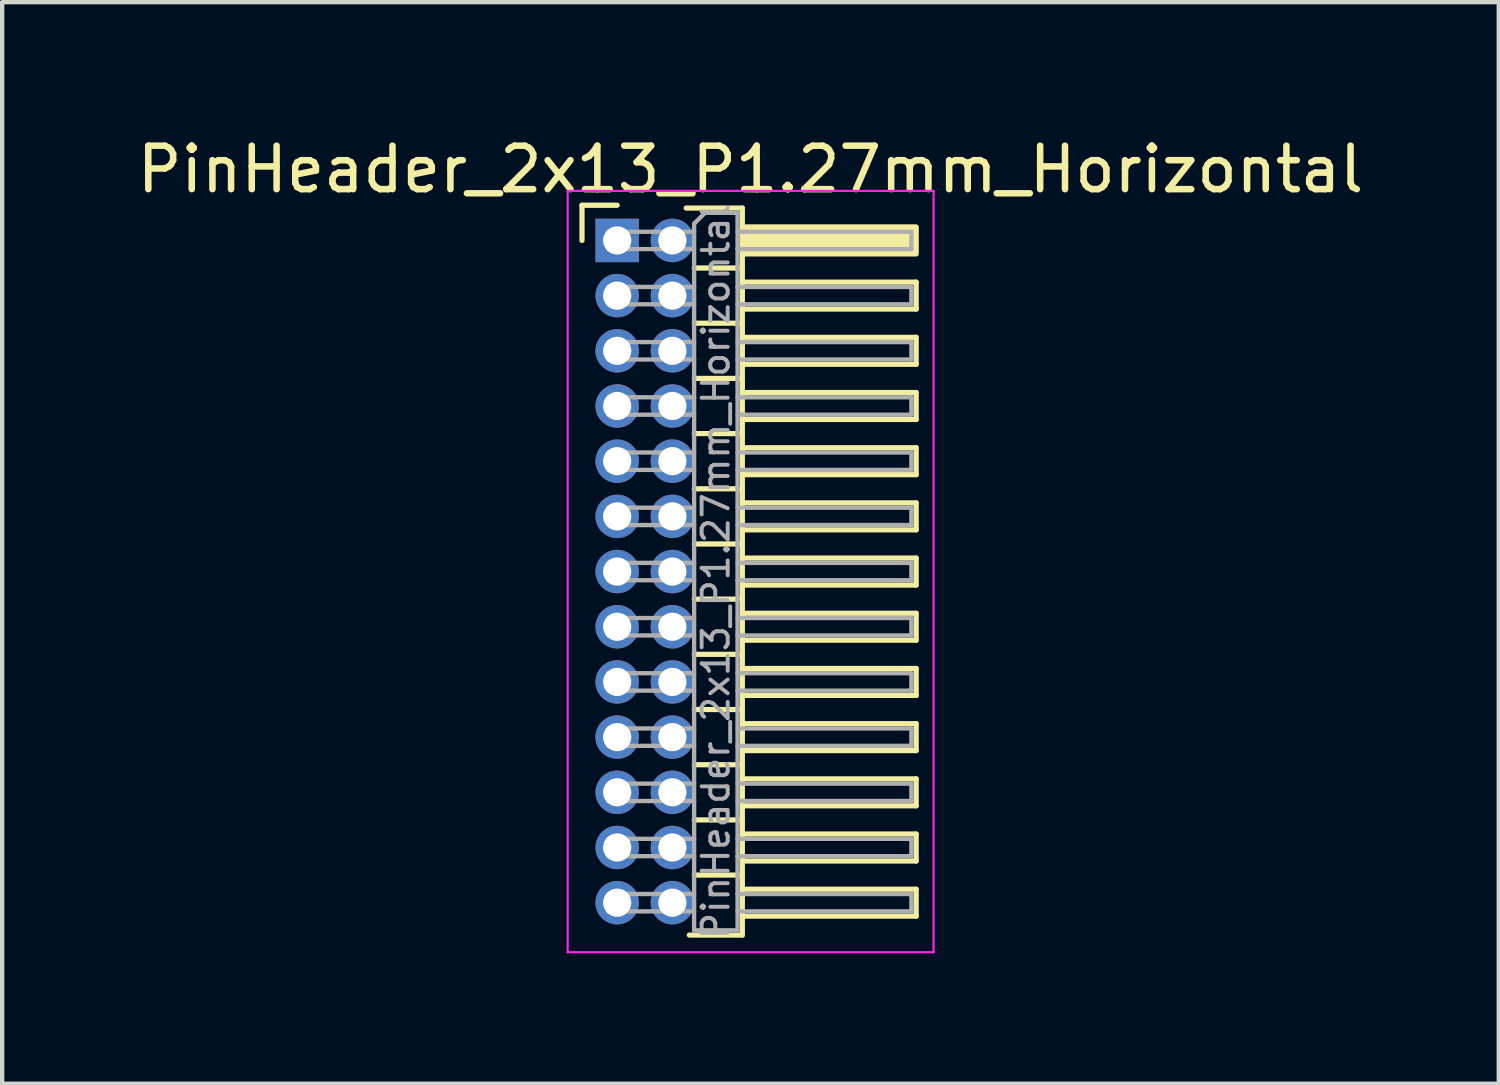
<source format=kicad_pcb>
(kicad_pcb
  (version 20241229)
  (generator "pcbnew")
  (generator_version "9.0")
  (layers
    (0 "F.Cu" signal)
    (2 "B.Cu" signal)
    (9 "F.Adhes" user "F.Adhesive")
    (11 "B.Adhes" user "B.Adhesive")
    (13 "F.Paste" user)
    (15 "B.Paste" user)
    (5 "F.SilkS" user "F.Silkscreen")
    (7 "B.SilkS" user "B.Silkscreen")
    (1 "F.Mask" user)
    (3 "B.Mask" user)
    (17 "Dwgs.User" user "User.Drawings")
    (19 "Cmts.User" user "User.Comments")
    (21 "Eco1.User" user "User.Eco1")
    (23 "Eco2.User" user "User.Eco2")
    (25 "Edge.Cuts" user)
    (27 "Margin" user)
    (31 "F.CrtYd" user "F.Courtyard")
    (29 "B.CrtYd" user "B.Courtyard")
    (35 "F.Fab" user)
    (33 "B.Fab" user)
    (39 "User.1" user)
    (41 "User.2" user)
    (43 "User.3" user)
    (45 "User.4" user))
  (footprint "PinHeader_2x13_P1.27mm_Horizontal"
    (layer "F.Cu")
    (at 11.153 2.483)
    (property "Reference" "PinHeader_2x13_P1.27mm_Horizontal" (at 3.067 -1.635 0) (layer "F.SilkS") (effects (font (size 1 1) (thickness 0.15))))
    (attr through_hole)
    (fp_line (start -0.81 -0.81) (end 0 -0.81) (stroke (width 0.12) (type solid)) (layer "F.SilkS"))
    (fp_line (start -0.81 0) (end -0.81 -0.81) (stroke (width 0.12) (type solid)) (layer "F.SilkS"))
    (fp_line (start 1.588 -0.745) (end 2.88 -0.745) (stroke (width 0.12) (type solid)) (layer "F.SilkS"))
    (fp_line (start 1.773 0.635) (end 2.88 0.635) (stroke (width 0.12) (type solid)) (layer "F.SilkS"))
    (fp_line (start 1.773 1.905) (end 2.88 1.905) (stroke (width 0.12) (type solid)) (layer "F.SilkS"))
    (fp_line (start 1.773 3.175) (end 2.88 3.175) (stroke (width 0.12) (type solid)) (layer "F.SilkS"))
    (fp_line (start 1.773 4.445) (end 2.88 4.445) (stroke (width 0.12) (type solid)) (layer "F.SilkS"))
    (fp_line (start 1.773 5.715) (end 2.88 5.715) (stroke (width 0.12) (type solid)) (layer "F.SilkS"))
    (fp_line (start 1.773 6.985) (end 2.88 6.985) (stroke (width 0.12) (type solid)) (layer "F.SilkS"))
    (fp_line (start 1.773 8.255) (end 2.88 8.255) (stroke (width 0.12) (type solid)) (layer "F.SilkS"))
    (fp_line (start 1.773 9.525) (end 2.88 9.525) (stroke (width 0.12) (type solid)) (layer "F.SilkS"))
    (fp_line (start 1.773 10.795) (end 2.88 10.795) (stroke (width 0.12) (type solid)) (layer "F.SilkS"))
    (fp_line (start 1.773 12.065) (end 2.88 12.065) (stroke (width 0.12) (type solid)) (layer "F.SilkS"))
    (fp_line (start 1.773 13.335) (end 2.88 13.335) (stroke (width 0.12) (type solid)) (layer "F.SilkS"))
    (fp_line (start 1.773 14.605) (end 2.88 14.605) (stroke (width 0.12) (type solid)) (layer "F.SilkS"))
    (fp_line (start 2.88 -0.745) (end 2.88 15.985) (stroke (width 0.12) (type solid)) (layer "F.SilkS"))
    (fp_line (start 2.88 0.96) (end 6.88 0.96) (stroke (width 0.12) (type solid)) (layer "F.SilkS"))
    (fp_line (start 2.88 2.23) (end 6.88 2.23) (stroke (width 0.12) (type solid)) (layer "F.SilkS"))
    (fp_line (start 2.88 3.5) (end 6.88 3.5) (stroke (width 0.12) (type solid)) (layer "F.SilkS"))
    (fp_line (start 2.88 4.77) (end 6.88 4.77) (stroke (width 0.12) (type solid)) (layer "F.SilkS"))
    (fp_line (start 2.88 6.04) (end 6.88 6.04) (stroke (width 0.12) (type solid)) (layer "F.SilkS"))
    (fp_line (start 2.88 7.31) (end 6.88 7.31) (stroke (width 0.12) (type solid)) (layer "F.SilkS"))
    (fp_line (start 2.88 8.58) (end 6.88 8.58) (stroke (width 0.12) (type solid)) (layer "F.SilkS"))
    (fp_line (start 2.88 9.85) (end 6.88 9.85) (stroke (width 0.12) (type solid)) (layer "F.SilkS"))
    (fp_line (start 2.88 11.12) (end 6.88 11.12) (stroke (width 0.12) (type solid)) (layer "F.SilkS"))
    (fp_line (start 2.88 12.39) (end 6.88 12.39) (stroke (width 0.12) (type solid)) (layer "F.SilkS"))
    (fp_line (start 2.88 13.66) (end 6.88 13.66) (stroke (width 0.12) (type solid)) (layer "F.SilkS"))
    (fp_line (start 2.88 14.93) (end 6.88 14.93) (stroke (width 0.12) (type solid)) (layer "F.SilkS"))
    (fp_line (start 2.88 15.985) (end 1.66 15.985) (stroke (width 0.12) (type solid)) (layer "F.SilkS"))
    (fp_line (start 6.88 0.96) (end 6.88 1.58) (stroke (width 0.12) (type solid)) (layer "F.SilkS"))
    (fp_line (start 6.88 1.58) (end 2.88 1.58) (stroke (width 0.12) (type solid)) (layer "F.SilkS"))
    (fp_line (start 6.88 2.23) (end 6.88 2.85) (stroke (width 0.12) (type solid)) (layer "F.SilkS"))
    (fp_line (start 6.88 2.85) (end 2.88 2.85) (stroke (width 0.12) (type solid)) (layer "F.SilkS"))
    (fp_line (start 6.88 3.5) (end 6.88 4.12) (stroke (width 0.12) (type solid)) (layer "F.SilkS"))
    (fp_line (start 6.88 4.12) (end 2.88 4.12) (stroke (width 0.12) (type solid)) (layer "F.SilkS"))
    (fp_line (start 6.88 4.77) (end 6.88 5.39) (stroke (width 0.12) (type solid)) (layer "F.SilkS"))
    (fp_line (start 6.88 5.39) (end 2.88 5.39) (stroke (width 0.12) (type solid)) (layer "F.SilkS"))
    (fp_line (start 6.88 6.04) (end 6.88 6.66) (stroke (width 0.12) (type solid)) (layer "F.SilkS"))
    (fp_line (start 6.88 6.66) (end 2.88 6.66) (stroke (width 0.12) (type solid)) (layer "F.SilkS"))
    (fp_line (start 6.88 7.31) (end 6.88 7.93) (stroke (width 0.12) (type solid)) (layer "F.SilkS"))
    (fp_line (start 6.88 7.93) (end 2.88 7.93) (stroke (width 0.12) (type solid)) (layer "F.SilkS"))
    (fp_line (start 6.88 8.58) (end 6.88 9.2) (stroke (width 0.12) (type solid)) (layer "F.SilkS"))
    (fp_line (start 6.88 9.2) (end 2.88 9.2) (stroke (width 0.12) (type solid)) (layer "F.SilkS"))
    (fp_line (start 6.88 9.85) (end 6.88 10.47) (stroke (width 0.12) (type solid)) (layer "F.SilkS"))
    (fp_line (start 6.88 10.47) (end 2.88 10.47) (stroke (width 0.12) (type solid)) (layer "F.SilkS"))
    (fp_line (start 6.88 11.12) (end 6.88 11.74) (stroke (width 0.12) (type solid)) (layer "F.SilkS"))
    (fp_line (start 6.88 11.74) (end 2.88 11.74) (stroke (width 0.12) (type solid)) (layer "F.SilkS"))
    (fp_line (start 6.88 12.39) (end 6.88 13.01) (stroke (width 0.12) (type solid)) (layer "F.SilkS"))
    (fp_line (start 6.88 13.01) (end 2.88 13.01) (stroke (width 0.12) (type solid)) (layer "F.SilkS"))
    (fp_line (start 6.88 13.66) (end 6.88 14.28) (stroke (width 0.12) (type solid)) (layer "F.SilkS"))
    (fp_line (start 6.88 14.28) (end 2.88 14.28) (stroke (width 0.12) (type solid)) (layer "F.SilkS"))
    (fp_line (start 6.88 14.93) (end 6.88 15.55) (stroke (width 0.12) (type solid)) (layer "F.SilkS"))
    (fp_line (start 6.88 15.55) (end 2.88 15.55) (stroke (width 0.12) (type solid)) (layer "F.SilkS"))
    (fp_rect (start 2.88 -0.31) (end 6.88 0.31) (stroke (width 0.12) (type solid)) (fill yes) (layer "F.SilkS"))
    (fp_line (start -1.14 -1.14) (end -1.14 16.38) (stroke (width 0.05) (type solid)) (layer "F.CrtYd"))
    (fp_line (start -1.14 16.38) (end 7.28 16.38) (stroke (width 0.05) (type solid)) (layer "F.CrtYd"))
    (fp_line (start 7.28 -1.14) (end -1.14 -1.14) (stroke (width 0.05) (type solid)) (layer "F.CrtYd"))
    (fp_line (start 7.28 16.38) (end 7.28 -1.14) (stroke (width 0.05) (type solid)) (layer "F.CrtYd"))
    (fp_line (start -0.2 -0.2) (end -0.2 0.2) (stroke (width 0.1) (type solid)) (layer "F.Fab"))
    (fp_line (start -0.2 -0.2) (end 1.77 -0.2) (stroke (width 0.1) (type solid)) (layer "F.Fab"))
    (fp_line (start -0.2 0.2) (end 1.77 0.2) (stroke (width 0.1) (type solid)) (layer "F.Fab"))
    (fp_line (start -0.2 1.07) (end -0.2 1.47) (stroke (width 0.1) (type solid)) (layer "F.Fab"))
    (fp_line (start -0.2 1.07) (end 1.77 1.07) (stroke (width 0.1) (type solid)) (layer "F.Fab"))
    (fp_line (start -0.2 1.47) (end 1.77 1.47) (stroke (width 0.1) (type solid)) (layer "F.Fab"))
    (fp_line (start -0.2 2.34) (end -0.2 2.74) (stroke (width 0.1) (type solid)) (layer "F.Fab"))
    (fp_line (start -0.2 2.34) (end 1.77 2.34) (stroke (width 0.1) (type solid)) (layer "F.Fab"))
    (fp_line (start -0.2 2.74) (end 1.77 2.74) (stroke (width 0.1) (type solid)) (layer "F.Fab"))
    (fp_line (start -0.2 3.61) (end -0.2 4.01) (stroke (width 0.1) (type solid)) (layer "F.Fab"))
    (fp_line (start -0.2 3.61) (end 1.77 3.61) (stroke (width 0.1) (type solid)) (layer "F.Fab"))
    (fp_line (start -0.2 4.01) (end 1.77 4.01) (stroke (width 0.1) (type solid)) (layer "F.Fab"))
    (fp_line (start -0.2 4.88) (end -0.2 5.28) (stroke (width 0.1) (type solid)) (layer "F.Fab"))
    (fp_line (start -0.2 4.88) (end 1.77 4.88) (stroke (width 0.1) (type solid)) (layer "F.Fab"))
    (fp_line (start -0.2 5.28) (end 1.77 5.28) (stroke (width 0.1) (type solid)) (layer "F.Fab"))
    (fp_line (start -0.2 6.15) (end -0.2 6.55) (stroke (width 0.1) (type solid)) (layer "F.Fab"))
    (fp_line (start -0.2 6.15) (end 1.77 6.15) (stroke (width 0.1) (type solid)) (layer "F.Fab"))
    (fp_line (start -0.2 6.55) (end 1.77 6.55) (stroke (width 0.1) (type solid)) (layer "F.Fab"))
    (fp_line (start -0.2 7.42) (end -0.2 7.82) (stroke (width 0.1) (type solid)) (layer "F.Fab"))
    (fp_line (start -0.2 7.42) (end 1.77 7.42) (stroke (width 0.1) (type solid)) (layer "F.Fab"))
    (fp_line (start -0.2 7.82) (end 1.77 7.82) (stroke (width 0.1) (type solid)) (layer "F.Fab"))
    (fp_line (start -0.2 8.69) (end -0.2 9.09) (stroke (width 0.1) (type solid)) (layer "F.Fab"))
    (fp_line (start -0.2 8.69) (end 1.77 8.69) (stroke (width 0.1) (type solid)) (layer "F.Fab"))
    (fp_line (start -0.2 9.09) (end 1.77 9.09) (stroke (width 0.1) (type solid)) (layer "F.Fab"))
    (fp_line (start -0.2 9.96) (end -0.2 10.36) (stroke (width 0.1) (type solid)) (layer "F.Fab"))
    (fp_line (start -0.2 9.96) (end 1.77 9.96) (stroke (width 0.1) (type solid)) (layer "F.Fab"))
    (fp_line (start -0.2 10.36) (end 1.77 10.36) (stroke (width 0.1) (type solid)) (layer "F.Fab"))
    (fp_line (start -0.2 11.23) (end -0.2 11.63) (stroke (width 0.1) (type solid)) (layer "F.Fab"))
    (fp_line (start -0.2 11.23) (end 1.77 11.23) (stroke (width 0.1) (type solid)) (layer "F.Fab"))
    (fp_line (start -0.2 11.63) (end 1.77 11.63) (stroke (width 0.1) (type solid)) (layer "F.Fab"))
    (fp_line (start -0.2 12.5) (end -0.2 12.9) (stroke (width 0.1) (type solid)) (layer "F.Fab"))
    (fp_line (start -0.2 12.5) (end 1.77 12.5) (stroke (width 0.1) (type solid)) (layer "F.Fab"))
    (fp_line (start -0.2 12.9) (end 1.77 12.9) (stroke (width 0.1) (type solid)) (layer "F.Fab"))
    (fp_line (start -0.2 13.77) (end -0.2 14.17) (stroke (width 0.1) (type solid)) (layer "F.Fab"))
    (fp_line (start -0.2 13.77) (end 1.77 13.77) (stroke (width 0.1) (type solid)) (layer "F.Fab"))
    (fp_line (start -0.2 14.17) (end 1.77 14.17) (stroke (width 0.1) (type solid)) (layer "F.Fab"))
    (fp_line (start -0.2 15.04) (end -0.2 15.44) (stroke (width 0.1) (type solid)) (layer "F.Fab"))
    (fp_line (start -0.2 15.04) (end 1.77 15.04) (stroke (width 0.1) (type solid)) (layer "F.Fab"))
    (fp_line (start -0.2 15.44) (end 1.77 15.44) (stroke (width 0.1) (type solid)) (layer "F.Fab"))
    (fp_line (start 1.77 -0.385) (end 2.02 -0.635) (stroke (width 0.1) (type solid)) (layer "F.Fab"))
    (fp_line (start 1.77 15.875) (end 1.77 -0.385) (stroke (width 0.1) (type solid)) (layer "F.Fab"))
    (fp_line (start 2.02 -0.635) (end 2.77 -0.635) (stroke (width 0.1) (type solid)) (layer "F.Fab"))
    (fp_line (start 2.77 -0.635) (end 2.77 15.875) (stroke (width 0.1) (type solid)) (layer "F.Fab"))
    (fp_line (start 2.77 -0.2) (end 6.77 -0.2) (stroke (width 0.1) (type solid)) (layer "F.Fab"))
    (fp_line (start 2.77 0.2) (end 6.77 0.2) (stroke (width 0.1) (type solid)) (layer "F.Fab"))
    (fp_line (start 2.77 1.07) (end 6.77 1.07) (stroke (width 0.1) (type solid)) (layer "F.Fab"))
    (fp_line (start 2.77 1.47) (end 6.77 1.47) (stroke (width 0.1) (type solid)) (layer "F.Fab"))
    (fp_line (start 2.77 2.34) (end 6.77 2.34) (stroke (width 0.1) (type solid)) (layer "F.Fab"))
    (fp_line (start 2.77 2.74) (end 6.77 2.74) (stroke (width 0.1) (type solid)) (layer "F.Fab"))
    (fp_line (start 2.77 3.61) (end 6.77 3.61) (stroke (width 0.1) (type solid)) (layer "F.Fab"))
    (fp_line (start 2.77 4.01) (end 6.77 4.01) (stroke (width 0.1) (type solid)) (layer "F.Fab"))
    (fp_line (start 2.77 4.88) (end 6.77 4.88) (stroke (width 0.1) (type solid)) (layer "F.Fab"))
    (fp_line (start 2.77 5.28) (end 6.77 5.28) (stroke (width 0.1) (type solid)) (layer "F.Fab"))
    (fp_line (start 2.77 6.15) (end 6.77 6.15) (stroke (width 0.1) (type solid)) (layer "F.Fab"))
    (fp_line (start 2.77 6.55) (end 6.77 6.55) (stroke (width 0.1) (type solid)) (layer "F.Fab"))
    (fp_line (start 2.77 7.42) (end 6.77 7.42) (stroke (width 0.1) (type solid)) (layer "F.Fab"))
    (fp_line (start 2.77 7.82) (end 6.77 7.82) (stroke (width 0.1) (type solid)) (layer "F.Fab"))
    (fp_line (start 2.77 8.69) (end 6.77 8.69) (stroke (width 0.1) (type solid)) (layer "F.Fab"))
    (fp_line (start 2.77 9.09) (end 6.77 9.09) (stroke (width 0.1) (type solid)) (layer "F.Fab"))
    (fp_line (start 2.77 9.96) (end 6.77 9.96) (stroke (width 0.1) (type solid)) (layer "F.Fab"))
    (fp_line (start 2.77 10.36) (end 6.77 10.36) (stroke (width 0.1) (type solid)) (layer "F.Fab"))
    (fp_line (start 2.77 11.23) (end 6.77 11.23) (stroke (width 0.1) (type solid)) (layer "F.Fab"))
    (fp_line (start 2.77 11.63) (end 6.77 11.63) (stroke (width 0.1) (type solid)) (layer "F.Fab"))
    (fp_line (start 2.77 12.5) (end 6.77 12.5) (stroke (width 0.1) (type solid)) (layer "F.Fab"))
    (fp_line (start 2.77 12.9) (end 6.77 12.9) (stroke (width 0.1) (type solid)) (layer "F.Fab"))
    (fp_line (start 2.77 13.77) (end 6.77 13.77) (stroke (width 0.1) (type solid)) (layer "F.Fab"))
    (fp_line (start 2.77 14.17) (end 6.77 14.17) (stroke (width 0.1) (type solid)) (layer "F.Fab"))
    (fp_line (start 2.77 15.04) (end 6.77 15.04) (stroke (width 0.1) (type solid)) (layer "F.Fab"))
    (fp_line (start 2.77 15.44) (end 6.77 15.44) (stroke (width 0.1) (type solid)) (layer "F.Fab"))
    (fp_line (start 2.77 15.875) (end 1.77 15.875) (stroke (width 0.1) (type solid)) (layer "F.Fab"))
    (fp_line (start 6.77 -0.2) (end 6.77 0.2) (stroke (width 0.1) (type solid)) (layer "F.Fab"))
    (fp_line (start 6.77 1.07) (end 6.77 1.47) (stroke (width 0.1) (type solid)) (layer "F.Fab"))
    (fp_line (start 6.77 2.34) (end 6.77 2.74) (stroke (width 0.1) (type solid)) (layer "F.Fab"))
    (fp_line (start 6.77 3.61) (end 6.77 4.01) (stroke (width 0.1) (type solid)) (layer "F.Fab"))
    (fp_line (start 6.77 4.88) (end 6.77 5.28) (stroke (width 0.1) (type solid)) (layer "F.Fab"))
    (fp_line (start 6.77 6.15) (end 6.77 6.55) (stroke (width 0.1) (type solid)) (layer "F.Fab"))
    (fp_line (start 6.77 7.42) (end 6.77 7.82) (stroke (width 0.1) (type solid)) (layer "F.Fab"))
    (fp_line (start 6.77 8.69) (end 6.77 9.09) (stroke (width 0.1) (type solid)) (layer "F.Fab"))
    (fp_line (start 6.77 9.96) (end 6.77 10.36) (stroke (width 0.1) (type solid)) (layer "F.Fab"))
    (fp_line (start 6.77 11.23) (end 6.77 11.63) (stroke (width 0.1) (type solid)) (layer "F.Fab"))
    (fp_line (start 6.77 12.5) (end 6.77 12.9) (stroke (width 0.1) (type solid)) (layer "F.Fab"))
    (fp_line (start 6.77 13.77) (end 6.77 14.17) (stroke (width 0.1) (type solid)) (layer "F.Fab"))
    (fp_line (start 6.77 15.04) (end 6.77 15.44) (stroke (width 0.1) (type solid)) (layer "F.Fab"))
    (fp_text user "${REFERENCE}" (at 2.27 7.62 90) (layer "F.Fab") (effects (font (size 0.6 0.6) (thickness 0.09))))
    (pad "1" thru_hole rect (at 0 0) (size 1 1) (drill 0.65) (layers "*.Cu" "*.Mask"))
    (pad "2" thru_hole circle (at 1.27 0) (size 1 1) (drill 0.65) (layers "*.Cu" "*.Mask"))
    (pad "3" thru_hole circle (at 0 1.27) (size 1 1) (drill 0.65) (layers "*.Cu" "*.Mask"))
    (pad "4" thru_hole circle (at 1.27 1.27) (size 1 1) (drill 0.65) (layers "*.Cu" "*.Mask"))
    (pad "5" thru_hole circle (at 0 2.54) (size 1 1) (drill 0.65) (layers "*.Cu" "*.Mask"))
    (pad "6" thru_hole circle (at 1.27 2.54) (size 1 1) (drill 0.65) (layers "*.Cu" "*.Mask"))
    (pad "7" thru_hole circle (at 0 3.81) (size 1 1) (drill 0.65) (layers "*.Cu" "*.Mask"))
    (pad "8" thru_hole circle (at 1.27 3.81) (size 1 1) (drill 0.65) (layers "*.Cu" "*.Mask"))
    (pad "9" thru_hole circle (at 0 5.08) (size 1 1) (drill 0.65) (layers "*.Cu" "*.Mask"))
    (pad "10" thru_hole circle (at 1.27 5.08) (size 1 1) (drill 0.65) (layers "*.Cu" "*.Mask"))
    (pad "11" thru_hole circle (at 0 6.35) (size 1 1) (drill 0.65) (layers "*.Cu" "*.Mask"))
    (pad "12" thru_hole circle (at 1.27 6.35) (size 1 1) (drill 0.65) (layers "*.Cu" "*.Mask"))
    (pad "13" thru_hole circle (at 0 7.62) (size 1 1) (drill 0.65) (layers "*.Cu" "*.Mask"))
    (pad "14" thru_hole circle (at 1.27 7.62) (size 1 1) (drill 0.65) (layers "*.Cu" "*.Mask"))
    (pad "15" thru_hole circle (at 0 8.89) (size 1 1) (drill 0.65) (layers "*.Cu" "*.Mask"))
    (pad "16" thru_hole circle (at 1.27 8.89) (size 1 1) (drill 0.65) (layers "*.Cu" "*.Mask"))
    (pad "17" thru_hole circle (at 0 10.16) (size 1 1) (drill 0.65) (layers "*.Cu" "*.Mask"))
    (pad "18" thru_hole circle (at 1.27 10.16) (size 1 1) (drill 0.65) (layers "*.Cu" "*.Mask"))
    (pad "19" thru_hole circle (at 0 11.43) (size 1 1) (drill 0.65) (layers "*.Cu" "*.Mask"))
    (pad "20" thru_hole circle (at 1.27 11.43) (size 1 1) (drill 0.65) (layers "*.Cu" "*.Mask"))
    (pad "21" thru_hole circle (at 0 12.7) (size 1 1) (drill 0.65) (layers "*.Cu" "*.Mask"))
    (pad "22" thru_hole circle (at 1.27 12.7) (size 1 1) (drill 0.65) (layers "*.Cu" "*.Mask"))
    (pad "23" thru_hole circle (at 0 13.97) (size 1 1) (drill 0.65) (layers "*.Cu" "*.Mask"))
    (pad "24" thru_hole circle (at 1.27 13.97) (size 1 1) (drill 0.65) (layers "*.Cu" "*.Mask"))
    (pad "25" thru_hole circle (at 0 15.24) (size 1 1) (drill 0.65) (layers "*.Cu" "*.Mask"))
    (pad "26" thru_hole circle (at 1.27 15.24) (size 1 1) (drill 0.65) (layers "*.Cu" "*.Mask")))
  (gr_rect
    (start -3 -3)
    (end 31.44 21.888)
    (stroke (width 0.1) (type default))
    (fill no)
    (layer "Edge.Cuts")))
</source>
